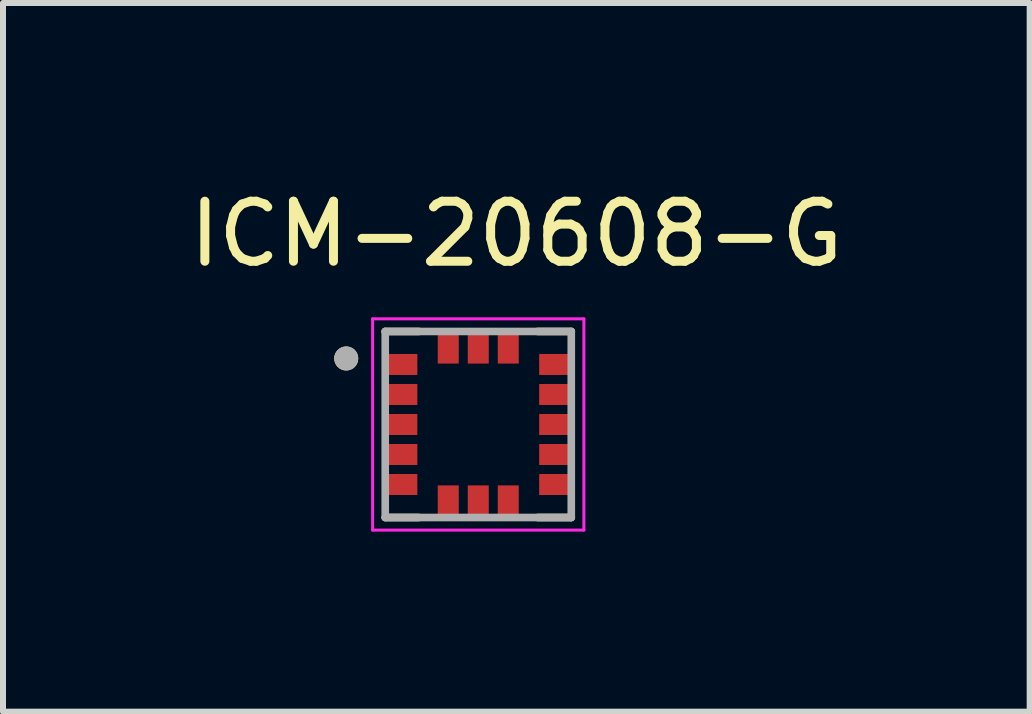
<source format=kicad_pcb>
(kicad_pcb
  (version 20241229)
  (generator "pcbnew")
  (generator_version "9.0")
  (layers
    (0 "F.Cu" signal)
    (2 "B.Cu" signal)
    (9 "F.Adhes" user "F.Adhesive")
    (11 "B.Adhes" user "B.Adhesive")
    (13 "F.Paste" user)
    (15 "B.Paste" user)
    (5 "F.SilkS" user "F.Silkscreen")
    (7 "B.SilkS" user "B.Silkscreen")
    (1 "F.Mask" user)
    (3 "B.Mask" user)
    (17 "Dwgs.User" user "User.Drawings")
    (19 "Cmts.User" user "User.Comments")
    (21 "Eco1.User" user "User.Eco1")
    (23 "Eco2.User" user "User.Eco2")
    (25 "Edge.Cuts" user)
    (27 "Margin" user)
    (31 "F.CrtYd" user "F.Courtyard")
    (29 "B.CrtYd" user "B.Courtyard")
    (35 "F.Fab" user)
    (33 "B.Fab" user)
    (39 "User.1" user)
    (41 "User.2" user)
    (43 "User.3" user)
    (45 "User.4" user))
  (footprint "ICM-20608-G"
    (layer "F.Cu")
    (at 4.919 4.023)
    (property "Reference" "ICM-20608-G" (at 0.635 -3.175 0) (layer "F.SilkS") (effects (font (size 1 1) (thickness 0.15))))
    (attr through_hole)
    (fp_line (start -1.55 -1.55) (end -0.99 -1.55) (stroke (width 0.127) (type solid)) (layer "F.SilkS"))
    (fp_line (start -1.55 1.55) (end -0.99 1.55) (stroke (width 0.127) (type solid)) (layer "F.SilkS"))
    (fp_line (start 1.55 -1.55) (end 0.99 -1.55) (stroke (width 0.127) (type solid)) (layer "F.SilkS"))
    (fp_line (start 1.55 1.55) (end 0.99 1.55) (stroke (width 0.127) (type solid)) (layer "F.SilkS"))
    (fp_circle (center -2.2 -1.1) (end -2.1 -1.1) (stroke (width 0.2) (type solid)) (fill no) (layer "F.SilkS"))
    (fp_line (start -1.76 -1.76) (end 1.76 -1.76) (stroke (width 0.05) (type solid)) (layer "F.CrtYd"))
    (fp_line (start -1.76 1.76) (end -1.76 -1.76) (stroke (width 0.05) (type solid)) (layer "F.CrtYd"))
    (fp_line (start 1.76 -1.76) (end 1.76 1.76) (stroke (width 0.05) (type solid)) (layer "F.CrtYd"))
    (fp_line (start 1.76 1.76) (end -1.76 1.76) (stroke (width 0.05) (type solid)) (layer "F.CrtYd"))
    (fp_line (start -1.55 -1.55) (end 1.55 -1.55) (stroke (width 0.127) (type solid)) (layer "F.Fab"))
    (fp_line (start -1.55 1.55) (end -1.55 -1.55) (stroke (width 0.127) (type solid)) (layer "F.Fab"))
    (fp_line (start 1.55 -1.55) (end 1.55 1.55) (stroke (width 0.127) (type solid)) (layer "F.Fab"))
    (fp_line (start 1.55 1.55) (end -1.55 1.55) (stroke (width 0.127) (type solid)) (layer "F.Fab"))
    (fp_circle (center -2.2 -1.1) (end -2.1 -1.1) (stroke (width 0.2) (type solid)) (fill no) (layer "F.Fab"))
    (pad "1" smd rect (at -1.26 -1) (size 0.49 0.35) (layers "F.Cu" "F.Mask" "F.Paste"))
    (pad "2" smd rect (at -1.26 -0.5) (size 0.49 0.35) (layers "F.Cu" "F.Mask" "F.Paste"))
    (pad "3" smd rect (at -1.26 0) (size 0.49 0.35) (layers "F.Cu" "F.Mask" "F.Paste"))
    (pad "4" smd rect (at -1.26 0.5) (size 0.49 0.35) (layers "F.Cu" "F.Mask" "F.Paste"))
    (pad "5" smd rect (at -1.26 1) (size 0.49 0.35) (layers "F.Cu" "F.Mask" "F.Paste"))
    (pad "6" smd rect (at -0.5 1.26) (size 0.35 0.49) (layers "F.Cu" "F.Mask" "F.Paste"))
    (pad "7" smd rect (at 0 1.26) (size 0.35 0.49) (layers "F.Cu" "F.Mask" "F.Paste"))
    (pad "8" smd rect (at 0.5 1.26) (size 0.35 0.49) (layers "F.Cu" "F.Mask" "F.Paste"))
    (pad "9" smd rect (at 1.26 1) (size 0.49 0.35) (layers "F.Cu" "F.Mask" "F.Paste"))
    (pad "10" smd rect (at 1.26 0.5) (size 0.49 0.35) (layers "F.Cu" "F.Mask" "F.Paste"))
    (pad "11" smd rect (at 1.26 0) (size 0.49 0.35) (layers "F.Cu" "F.Mask" "F.Paste"))
    (pad "12" smd rect (at 1.26 -0.5) (size 0.49 0.35) (layers "F.Cu" "F.Mask" "F.Paste"))
    (pad "13" smd rect (at 1.26 -1) (size 0.49 0.35) (layers "F.Cu" "F.Mask" "F.Paste"))
    (pad "14" smd rect (at 0.5 -1.26) (size 0.35 0.49) (layers "F.Cu" "F.Mask" "F.Paste"))
    (pad "15" smd rect (at 0 -1.26) (size 0.35 0.49) (layers "F.Cu" "F.Mask" "F.Paste"))
    (pad "16" smd rect (at -0.5 -1.26) (size 0.35 0.49) (layers "F.Cu" "F.Mask" "F.Paste")))
  (gr_rect
    (start -3 -3)
    (end 14.107 8.808)
    (stroke (width 0.1) (type default))
    (fill no)
    (layer "Edge.Cuts")))
</source>
